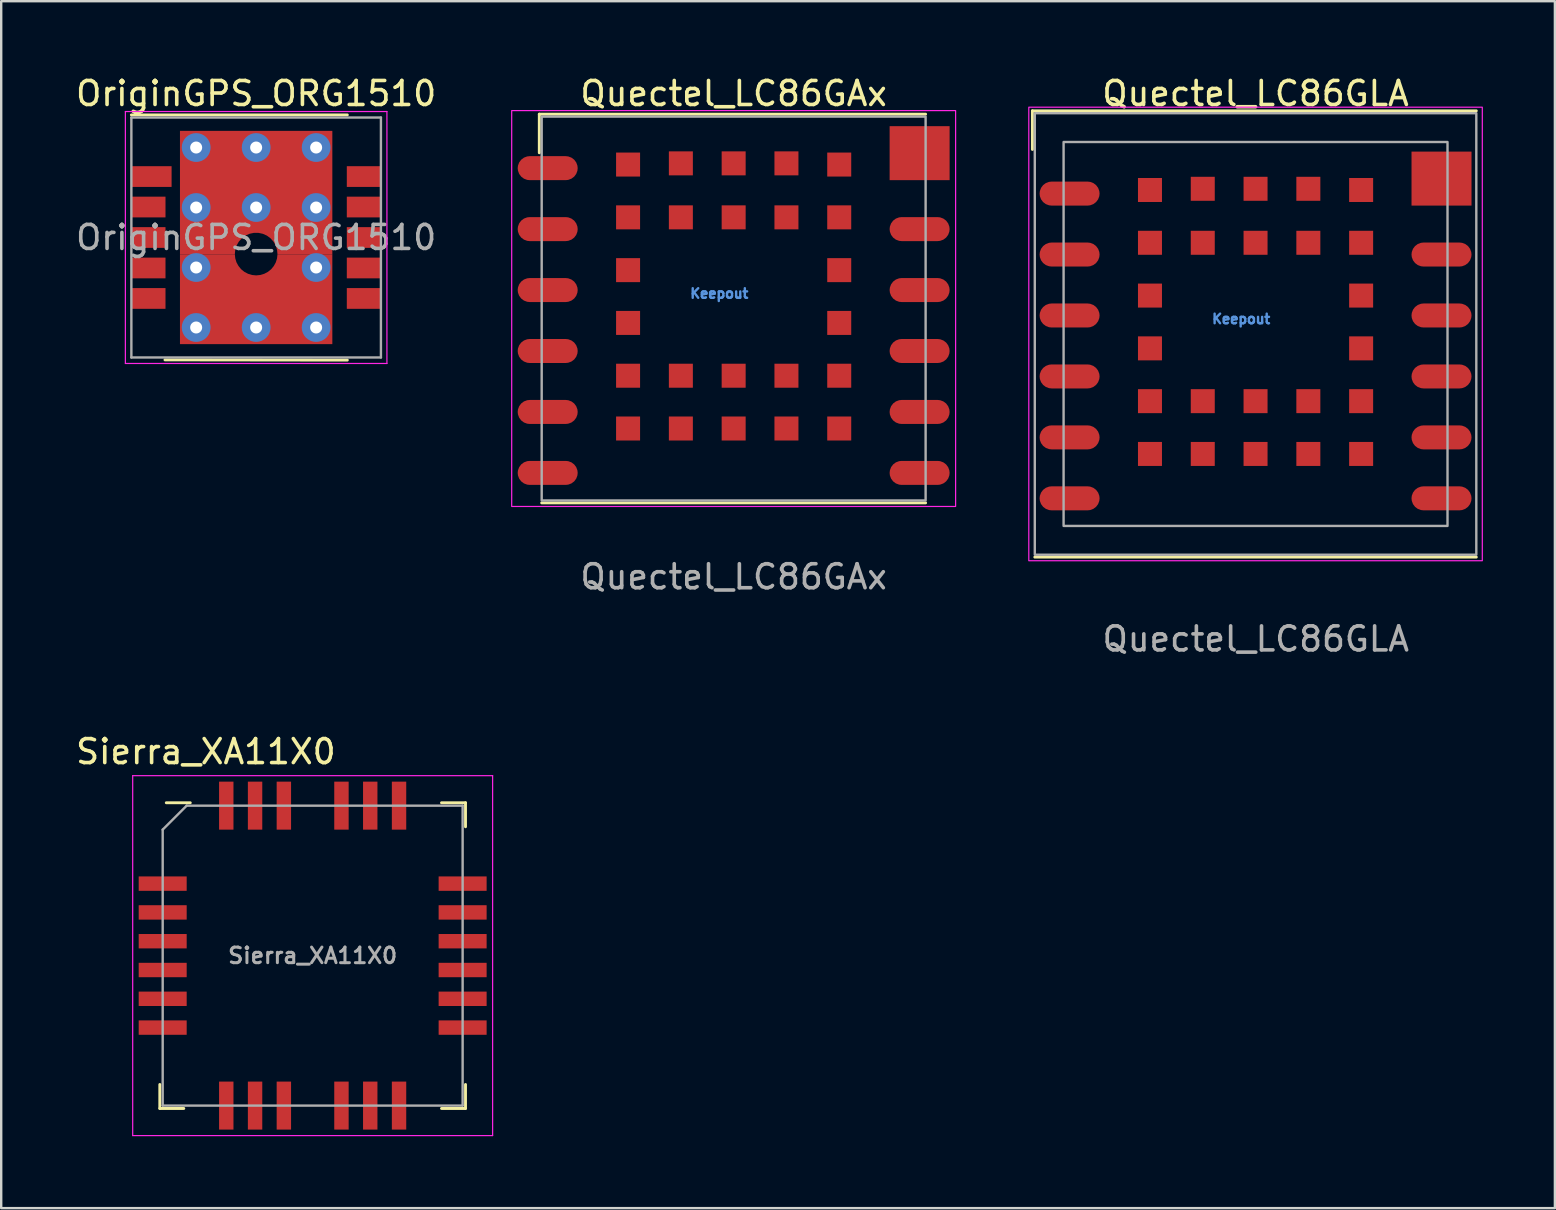
<source format=kicad_pcb>
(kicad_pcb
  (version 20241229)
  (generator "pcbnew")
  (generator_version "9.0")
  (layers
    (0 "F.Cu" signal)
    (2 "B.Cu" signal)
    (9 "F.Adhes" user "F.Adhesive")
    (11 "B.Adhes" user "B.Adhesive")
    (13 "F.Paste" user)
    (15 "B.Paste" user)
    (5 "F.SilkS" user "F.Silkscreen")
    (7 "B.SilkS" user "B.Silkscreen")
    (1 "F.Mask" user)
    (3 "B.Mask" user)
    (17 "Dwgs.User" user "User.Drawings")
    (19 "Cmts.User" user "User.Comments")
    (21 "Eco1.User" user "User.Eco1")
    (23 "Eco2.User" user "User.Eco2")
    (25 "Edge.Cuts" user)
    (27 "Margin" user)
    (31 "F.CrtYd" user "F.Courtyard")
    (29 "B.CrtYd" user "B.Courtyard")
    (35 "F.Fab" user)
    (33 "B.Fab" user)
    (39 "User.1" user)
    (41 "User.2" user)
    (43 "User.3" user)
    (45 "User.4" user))
  (footprint "OriginGPS_ORG1510"
    (layer "F.Cu")
    (at 7.625 6.848)
    (property "Reference" "OriginGPS_ORG1510" (at 0 -6 0) (unlocked yes) (layer "F.SilkS") (effects (font (size 1 1) (thickness 0.15))))
    (attr smd)
    (fp_line (start -5.2 -5.11) (end 3.8 -5.11) (stroke (width 0.12) (type solid)) (layer "F.SilkS"))
    (fp_line (start -3.8 5.1) (end 3.8 5.11) (stroke (width 0.12) (type solid)) (layer "F.SilkS"))
    (fp_line (start -5.45 -5.25) (end -5.45 5.25) (stroke (width 0.05) (type default)) (layer "F.CrtYd"))
    (fp_line (start -5.45 -5.25) (end 5.45 -5.25) (stroke (width 0.05) (type default)) (layer "F.CrtYd"))
    (fp_line (start -5.45 5.25) (end 5.45 5.25) (stroke (width 0.05) (type default)) (layer "F.CrtYd"))
    (fp_line (start 5.45 -5.25) (end 5.45 5.25) (stroke (width 0.05) (type default)) (layer "F.CrtYd"))
    (fp_line (start -5.2 -5) (end -5.2 5) (stroke (width 0.1) (type solid)) (layer "F.Fab"))
    (fp_line (start -5.2 -5) (end 5.2 -5) (stroke (width 0.1) (type solid)) (layer "F.Fab"))
    (fp_line (start -5.2 5) (end 5.2 5) (stroke (width 0.1) (type solid)) (layer "F.Fab"))
    (fp_line (start 5.2 -5) (end 5.2 5) (stroke (width 0.1) (type solid)) (layer "F.Fab"))
    (fp_text user "${REFERENCE}" (at 0 0 0) (unlocked yes) (layer "F.Fab") (effects (font (size 1 1) (thickness 0.15))))
    (pad "1" smd rect (at -4.362 -2.54) (size 1.676 0.864) (layers "F.Cu" "F.Mask" "F.Paste"))
    (pad "2" smd rect (at -4.489 -1.27) (size 1.422 0.864) (layers "F.Cu" "F.Mask" "F.Paste"))
    (pad "3" smd rect (at -4.489 0) (size 1.422 0.864) (layers "F.Cu" "F.Mask" "F.Paste"))
    (pad "4" smd rect (at -4.489 1.27) (size 1.422 0.864) (layers "F.Cu" "F.Mask" "F.Paste"))
    (pad "5" smd rect (at -4.489 2.54) (size 1.422 0.864) (layers "F.Cu" "F.Mask" "F.Paste"))
    (pad "6" smd rect (at 4.489 2.54) (size 1.422 0.864) (layers "F.Cu" "F.Mask" "F.Paste"))
    (pad "7" smd rect (at 4.489 1.27) (size 1.422 0.864) (layers "F.Cu" "F.Mask" "F.Paste"))
    (pad "8" smd rect (at 4.489 0) (size 1.422 0.864) (layers "F.Cu" "F.Mask" "F.Paste"))
    (pad "9" smd rect (at 4.489 -1.27) (size 1.422 0.864) (layers "F.Cu" "F.Mask" "F.Paste"))
    (pad "10" smd rect (at 4.489 -2.54) (size 1.422 0.864) (layers "F.Cu" "F.Mask" "F.Paste"))
    (pad "11" thru_hole circle (at -2.5 -3.75) (size 1.2 1.2) (drill 0.5) (layers "*.Cu" "B.Mask"))
    (pad "11" thru_hole circle (at -2.5 -1.25 90) (size 1.2 1.2) (drill 0.5) (layers "*.Cu" "B.Mask"))
    (pad "11" thru_hole circle (at -2.5 1.25 90) (size 1.2 1.2) (drill 0.5) (layers "*.Cu" "B.Mask"))
    (pad "11" thru_hole circle (at -2.5 3.75 90) (size 1.2 1.2) (drill 0.5) (layers "*.Cu" "B.Mask"))
    (pad "11" thru_hole circle (at 0 -3.75) (size 1.2 1.2) (drill 0.5) (layers "*.Cu" "B.Mask"))
    (pad "11" smd custom (at 0 -2.665) (size 0.6 0.6) (layers "F.Cu") (options (anchor circle)) (primitives (gr_poly (pts (xy 0.889 3.363) (xy 0.871 3.177) (xy 0.815 2.999) (xy 0.722 2.836) (xy 0.598 2.697) (xy 0.447 2.586) (xy 0.276 2.51) (xy 0.093 2.471) (xy -0.093 2.471) (xy -0.276 2.51) (xy -0.447 2.586) (xy -0.598 2.697) (xy -0.722 2.836) (xy -0.815 2.999) (xy -0.871 3.177) (xy -0.889 3.363) (xy -3.175 3.363) (xy -3.175 -1.78) (xy 3.175 -1.78) (xy 3.175 3.363)) (width 0) (fill yes))))
    (pad "11" thru_hole circle (at 0 -1.25) (size 1.2 1.2) (drill 0.5) (layers "*.Cu" "B.Mask"))
    (pad "11" smd custom (at 0 3.442 90) (size 0.5 0.5) (layers "F.Cu") (options (anchor circle)) (primitives (gr_poly (pts (xy 2.571 -0.87) (xy 2.406 -0.819) (xy 2.254 -0.736) (xy 2.12 -0.626) (xy 2.011 -0.491) (xy 1.93 -0.338) (xy 1.88 -0.172) (xy 1.863 0) (xy 1.88 0.172) (xy 1.93 0.338) (xy 2.011 0.491) (xy 2.12 0.626) (xy 2.254 0.736) (xy 2.406 0.819) (xy 2.571 0.87) (xy 2.744 0.889) (xy 2.744 3.175) (xy -1.003 3.175) (xy -1.003 -3.175) (xy 2.744 -3.175) (xy 2.744 -0.889)) (width 0) (fill yes))))
    (pad "11" thru_hole circle (at 0 3.75) (size 1.2 1.2) (drill 0.5) (layers "*.Cu" "B.Mask"))
    (pad "11" thru_hole circle (at 2.5 -3.75) (size 1.2 1.2) (drill 0.5) (layers "*.Cu" "B.Mask"))
    (pad "11" thru_hole circle (at 2.5 -1.25) (size 1.2 1.2) (drill 0.5) (layers "*.Cu" "B.Mask"))
    (pad "11" thru_hole circle (at 2.5 1.25) (size 1.2 1.2) (drill 0.5) (layers "*.Cu" "B.Mask"))
    (pad "11" thru_hole circle (at 2.5 3.75 90) (size 1.2 1.2) (drill 0.5) (layers "*.Cu" "B.Mask"))
    (zone (net_name "") (layer "F.Cu") (hatch edge 0.5) (connect_pads) (min_thickness 0.25) (filled_areas_thickness no) (keepout (tracks allowed) (vias allowed) (pads allowed) (copperpour not_allowed) (footprints allowed)) (placement (enabled no)) (fill) (polygon (pts (xy 6.736 7.546) (xy 6.754 7.36) (xy 6.81 7.182) (xy 6.903 7.019) (xy 7.027 6.88) (xy 7.178 6.769) (xy 7.349 6.693) (xy 7.532 6.654) (xy 7.718 6.654) (xy 7.901 6.693) (xy 8.072 6.769) (xy 8.223 6.88) (xy 8.347 7.019) (xy 8.44 7.182) (xy 8.496 7.36) (xy 8.514 7.546) (xy 8.495 7.719) (xy 8.444 7.884) (xy 8.361 8.036) (xy 8.251 8.17) (xy 8.116 8.279) (xy 7.963 8.36) (xy 7.797 8.41) (xy 7.625 8.427) (xy 7.453 8.41) (xy 7.287 8.36) (xy 7.134 8.279) (xy 6.999 8.17) (xy 6.889 8.036) (xy 6.806 7.884) (xy 6.755 7.719)))))
  (footprint "Quectel_LC86GAx"
    (layer "F.Cu")
    (at 27.525 9.808)
    (property "Reference" "Quectel_LC86GAx" (at 0 -8.96 180) (layer "F.SilkS") (effects (font (size 1 1) (thickness 0.15))))
    (attr smd)
    (fp_line (start -8.1 -8.1) (end -8.1 -6.49) (stroke (width 0.12) (type solid)) (layer "F.SilkS"))
    (fp_line (start 8 -8.1) (end -8.1 -8.1) (stroke (width 0.12) (type solid)) (layer "F.SilkS"))
    (fp_line (start 8 8.1) (end -8 8.1) (stroke (width 0.12) (type solid)) (layer "F.SilkS"))
    (fp_rect (start -9.25 -8.25) (end 9.25 8.25) (stroke (width 0.05) (type default)) (fill no) (layer "F.CrtYd"))
    (fp_rect (start -8 -8) (end 8 8) (stroke (width 0.1) (type default)) (fill no) (layer "F.Fab"))
    (fp_text user "Keepout" (at -0.601 -0.627 0) (layer "Cmts.User") (effects (font (size 0.4 0.4) (thickness 0.1))))
    (fp_text user "${REFERENCE}" (at 0 11.18 0) (layer "F.Fab") (effects (font (size 1 1) (thickness 0.15))))
    (pad "1" smd roundrect (at -7.75 -5.85) (size 2.5 1) (layers "F.Cu" "F.Mask" "F.Paste") (roundrect_rratio 0.5))
    (pad "2" smd roundrect (at -7.75 -3.31) (size 2.5 1) (layers "F.Cu" "F.Mask" "F.Paste") (roundrect_rratio 0.5))
    (pad "3" smd roundrect (at -7.75 -0.77) (size 2.5 1) (layers "F.Cu" "F.Mask" "F.Paste") (roundrect_rratio 0.5))
    (pad "4" smd roundrect (at -7.75 1.77) (size 2.5 1) (layers "F.Cu" "F.Mask" "F.Paste") (roundrect_rratio 0.5))
    (pad "5" smd roundrect (at -7.75 4.31) (size 2.5 1) (layers "F.Cu" "F.Mask" "F.Paste") (roundrect_rratio 0.5))
    (pad "6" smd roundrect (at -7.75 6.85) (size 2.5 1) (layers "F.Cu" "F.Mask" "F.Paste") (roundrect_rratio 0.5))
    (pad "7" smd roundrect (at 7.75 6.85) (size 2.5 1) (layers "F.Cu" "F.Mask" "F.Paste") (roundrect_rratio 0.5))
    (pad "8" smd roundrect (at 7.75 4.31) (size 2.5 1) (layers "F.Cu" "F.Mask" "F.Paste") (roundrect_rratio 0.5))
    (pad "9" smd roundrect (at 7.75 1.77) (size 2.5 1) (layers "F.Cu" "F.Mask" "F.Paste") (roundrect_rratio 0.5))
    (pad "10" smd roundrect (at 7.75 -0.77) (size 2.5 1) (layers "F.Cu" "F.Mask" "F.Paste") (roundrect_rratio 0.5))
    (pad "11" smd roundrect (at 7.75 -3.31) (size 2.5 1) (layers "F.Cu" "F.Mask" "F.Paste") (roundrect_rratio 0.5))
    (pad "12" smd rect (at 7.75 -6.475) (size 2.5 2.25) (layers "F.Cu" "F.Mask" "F.Paste"))
    (pad "13" smd rect (at -4.4 -6) (size 1 1) (layers "F.Cu" "F.Mask" "F.Paste"))
    (pad "14" smd rect (at -2.2 -6.05) (size 1 1) (layers "F.Cu" "F.Mask" "F.Paste"))
    (pad "15" smd rect (at 0 -6.05) (size 1 1) (layers "F.Cu" "F.Mask" "F.Paste"))
    (pad "16" smd rect (at 2.2 -6.05) (size 1 1) (layers "F.Cu" "F.Mask" "F.Paste"))
    (pad "17" smd rect (at 4.4 -6) (size 1 1) (layers "F.Cu" "F.Mask" "F.Paste"))
    (pad "18" smd rect (at -4.4 -3.8) (size 1 1) (layers "F.Cu" "F.Mask" "F.Paste"))
    (pad "19" smd rect (at -2.2 -3.8) (size 1 1) (layers "F.Cu" "F.Mask" "F.Paste"))
    (pad "20" smd rect (at 0 -3.8) (size 1 1) (layers "F.Cu" "F.Mask" "F.Paste"))
    (pad "21" smd rect (at 2.2 -3.8) (size 1 1) (layers "F.Cu" "F.Mask" "F.Paste"))
    (pad "22" smd rect (at 4.4 -3.8) (size 1 1) (layers "F.Cu" "F.Mask" "F.Paste"))
    (pad "23" smd rect (at -4.4 -1.6) (size 1 1) (layers "F.Cu" "F.Mask" "F.Paste"))
    (pad "24" smd rect (at 4.4 -1.6) (size 1 1) (layers "F.Cu" "F.Mask" "F.Paste"))
    (pad "25" smd rect (at -4.4 0.6) (size 1 1) (layers "F.Cu" "F.Mask" "F.Paste"))
    (pad "26" smd rect (at 4.4 0.6) (size 1 1) (layers "F.Cu" "F.Mask" "F.Paste"))
    (pad "27" smd rect (at -4.4 2.8) (size 1 1) (layers "F.Cu" "F.Mask" "F.Paste"))
    (pad "28" smd rect (at -2.2 2.8) (size 1 1) (layers "F.Cu" "F.Mask" "F.Paste"))
    (pad "29" smd rect (at 0 2.8) (size 1 1) (layers "F.Cu" "F.Mask" "F.Paste"))
    (pad "30" smd rect (at 2.2 2.8) (size 1 1) (layers "F.Cu" "F.Mask" "F.Paste"))
    (pad "31" smd rect (at 4.4 2.8) (size 1 1) (layers "F.Cu" "F.Mask" "F.Paste"))
    (pad "32" smd rect (at -4.4 5) (size 1 1) (layers "F.Cu" "F.Mask" "F.Paste"))
    (pad "33" smd rect (at -2.2 5) (size 1 1) (layers "F.Cu" "F.Mask" "F.Paste"))
    (pad "34" smd rect (at 0 5) (size 1 1) (layers "F.Cu" "F.Mask" "F.Paste"))
    (pad "35" smd rect (at 2.2 5) (size 1 1) (layers "F.Cu" "F.Mask" "F.Paste"))
    (pad "36" smd rect (at 4.4 5) (size 1 1) (layers "F.Cu" "F.Mask" "F.Paste"))
    (zone (net_name "") (layer "F.Cu") (hatch full 0.508) (connect_pads) (min_thickness 0.254) (filled_areas_thickness no) (keepout (tracks not_allowed) (vias not_allowed) (pads not_allowed) (copperpour not_allowed) (footprints not_allowed)) (placement (enabled no)) (fill) (polygon (pts (xy 28.179 9.182) (xy 28.159 8.964) (xy 28.103 8.753) (xy 28.01 8.554) (xy 27.885 8.375) (xy 27.73 8.22) (xy 27.551 8.095) (xy 27.353 8.003) (xy 27.142 7.946) (xy 26.924 7.927) (xy 26.706 7.946) (xy 26.495 8.003) (xy 26.296 8.095) (xy 26.117 8.22) (xy 25.963 8.375) (xy 25.837 8.554) (xy 25.745 8.753) (xy 25.688 8.964) (xy 25.669 9.182) (xy 25.688 9.4) (xy 25.745 9.611) (xy 25.837 9.809) (xy 25.963 9.988) (xy 26.117 10.143) (xy 26.296 10.268) (xy 26.495 10.361) (xy 26.706 10.417) (xy 26.924 10.436) (xy 27.142 10.417) (xy 27.353 10.361) (xy 27.551 10.268) (xy 27.73 10.143) (xy 27.885 9.988) (xy 28.01 9.809) (xy 28.103 9.611) (xy 28.159 9.4)))))
  (footprint "Quectel_LC86GLA"
    (layer "F.Cu")
    (at 49.275 10.868)
    (property "Reference" "Quectel_LC86GLA" (at 0 -10.02 180) (layer "F.SilkS") (effects (font (size 1 1) (thickness 0.15))))
    (attr smd)
    (fp_line (start -9.3 -9.3) (end -9.3 -7.69) (stroke (width 0.12) (type solid)) (layer "F.SilkS"))
    (fp_line (start 9.2 -9.3) (end -9.3 -9.3) (stroke (width 0.12) (type solid)) (layer "F.SilkS"))
    (fp_line (start 9.2 9.3) (end -9.2 9.3) (stroke (width 0.12) (type solid)) (layer "F.SilkS"))
    (fp_rect (start -9.45 -9.45) (end 9.45 9.45) (stroke (width 0.05) (type default)) (fill no) (layer "F.CrtYd"))
    (fp_rect (start -9.2 -9.2) (end 9.2 9.2) (stroke (width 0.1) (type default)) (fill no) (layer "F.Fab"))
    (fp_rect (start -8 -8) (end 8 8) (stroke (width 0.1) (type default)) (fill no) (layer "F.Fab"))
    (fp_text user "Keepout" (at -0.601 -0.627 0) (layer "Cmts.User") (effects (font (size 0.4 0.4) (thickness 0.1))))
    (fp_text user "${REFERENCE}" (at 0.01 12.71 0) (layer "F.Fab") (effects (font (size 1 1) (thickness 0.15))))
    (pad "1" smd roundrect (at -7.75 -5.85) (size 2.5 1) (layers "F.Cu" "F.Mask" "F.Paste") (roundrect_rratio 0.5))
    (pad "2" smd roundrect (at -7.75 -3.31) (size 2.5 1) (layers "F.Cu" "F.Mask" "F.Paste") (roundrect_rratio 0.5))
    (pad "3" smd roundrect (at -7.75 -0.77) (size 2.5 1) (layers "F.Cu" "F.Mask" "F.Paste") (roundrect_rratio 0.5))
    (pad "4" smd roundrect (at -7.75 1.77) (size 2.5 1) (layers "F.Cu" "F.Mask" "F.Paste") (roundrect_rratio 0.5))
    (pad "5" smd roundrect (at -7.75 4.31) (size 2.5 1) (layers "F.Cu" "F.Mask" "F.Paste") (roundrect_rratio 0.5))
    (pad "6" smd roundrect (at -7.75 6.85) (size 2.5 1) (layers "F.Cu" "F.Mask" "F.Paste") (roundrect_rratio 0.5))
    (pad "7" smd roundrect (at 7.75 6.85) (size 2.5 1) (layers "F.Cu" "F.Mask" "F.Paste") (roundrect_rratio 0.5))
    (pad "8" smd roundrect (at 7.75 4.31) (size 2.5 1) (layers "F.Cu" "F.Mask" "F.Paste") (roundrect_rratio 0.5))
    (pad "9" smd roundrect (at 7.75 1.77) (size 2.5 1) (layers "F.Cu" "F.Mask" "F.Paste") (roundrect_rratio 0.5))
    (pad "10" smd roundrect (at 7.75 -0.77) (size 2.5 1) (layers "F.Cu" "F.Mask" "F.Paste") (roundrect_rratio 0.5))
    (pad "11" smd roundrect (at 7.75 -3.31) (size 2.5 1) (layers "F.Cu" "F.Mask" "F.Paste") (roundrect_rratio 0.5))
    (pad "12" smd rect (at 7.75 -6.475) (size 2.5 2.25) (layers "F.Cu" "F.Mask" "F.Paste"))
    (pad "13" smd rect (at -4.4 -6) (size 1 1) (layers "F.Cu" "F.Mask" "F.Paste"))
    (pad "14" smd rect (at -2.2 -6.05) (size 1 1) (layers "F.Cu" "F.Mask" "F.Paste"))
    (pad "15" smd rect (at 0 -6.05) (size 1 1) (layers "F.Cu" "F.Mask" "F.Paste"))
    (pad "16" smd rect (at 2.2 -6.05) (size 1 1) (layers "F.Cu" "F.Mask" "F.Paste"))
    (pad "17" smd rect (at 4.4 -6) (size 1 1) (layers "F.Cu" "F.Mask" "F.Paste"))
    (pad "18" smd rect (at -4.4 -3.8) (size 1 1) (layers "F.Cu" "F.Mask" "F.Paste"))
    (pad "19" smd rect (at -2.2 -3.8) (size 1 1) (layers "F.Cu" "F.Mask" "F.Paste"))
    (pad "20" smd rect (at 0 -3.8) (size 1 1) (layers "F.Cu" "F.Mask" "F.Paste"))
    (pad "21" smd rect (at 2.2 -3.8) (size 1 1) (layers "F.Cu" "F.Mask" "F.Paste"))
    (pad "22" smd rect (at 4.4 -3.8) (size 1 1) (layers "F.Cu" "F.Mask" "F.Paste"))
    (pad "23" smd rect (at -4.4 -1.6) (size 1 1) (layers "F.Cu" "F.Mask" "F.Paste"))
    (pad "24" smd rect (at 4.4 -1.6) (size 1 1) (layers "F.Cu" "F.Mask" "F.Paste"))
    (pad "25" smd rect (at -4.4 0.6) (size 1 1) (layers "F.Cu" "F.Mask" "F.Paste"))
    (pad "26" smd rect (at 4.4 0.6) (size 1 1) (layers "F.Cu" "F.Mask" "F.Paste"))
    (pad "27" smd rect (at -4.4 2.8) (size 1 1) (layers "F.Cu" "F.Mask" "F.Paste"))
    (pad "28" smd rect (at -2.2 2.8) (size 1 1) (layers "F.Cu" "F.Mask" "F.Paste"))
    (pad "29" smd rect (at 0 2.8) (size 1 1) (layers "F.Cu" "F.Mask" "F.Paste"))
    (pad "30" smd rect (at 2.2 2.8) (size 1 1) (layers "F.Cu" "F.Mask" "F.Paste"))
    (pad "31" smd rect (at 4.4 2.8) (size 1 1) (layers "F.Cu" "F.Mask" "F.Paste"))
    (pad "32" smd rect (at -4.4 5) (size 1 1) (layers "F.Cu" "F.Mask" "F.Paste"))
    (pad "33" smd rect (at -2.2 5) (size 1 1) (layers "F.Cu" "F.Mask" "F.Paste"))
    (pad "34" smd rect (at 0 5) (size 1 1) (layers "F.Cu" "F.Mask" "F.Paste"))
    (pad "35" smd rect (at 2.2 5) (size 1 1) (layers "F.Cu" "F.Mask" "F.Paste"))
    (pad "36" smd rect (at 4.4 5) (size 1 1) (layers "F.Cu" "F.Mask" "F.Paste"))
    (zone (net_name "") (layer "F.Cu") (hatch full 0.508) (connect_pads) (min_thickness 0.254) (filled_areas_thickness no) (keepout (tracks not_allowed) (vias not_allowed) (pads not_allowed) (copperpour not_allowed) (footprints not_allowed)) (placement (enabled no)) (fill) (polygon (pts (xy 49.929 10.242) (xy 49.909 10.024) (xy 49.853 9.813) (xy 49.76 9.614) (xy 49.635 9.435) (xy 49.48 9.28) (xy 49.301 9.155) (xy 49.103 9.063) (xy 48.892 9.006) (xy 48.674 8.987) (xy 48.456 9.006) (xy 48.245 9.063) (xy 48.046 9.155) (xy 47.867 9.28) (xy 47.713 9.435) (xy 47.587 9.614) (xy 47.495 9.813) (xy 47.438 10.024) (xy 47.419 10.242) (xy 47.438 10.46) (xy 47.495 10.671) (xy 47.587 10.869) (xy 47.713 11.048) (xy 47.867 11.203) (xy 48.046 11.328) (xy 48.245 11.421) (xy 48.456 11.477) (xy 48.674 11.496) (xy 48.892 11.477) (xy 49.103 11.421) (xy 49.301 11.328) (xy 49.48 11.203) (xy 49.635 11.048) (xy 49.76 10.869) (xy 49.853 10.671) (xy 49.909 10.46)))))
  (footprint "Sierra_XA11X0"
    (layer "F.Cu")
    (at 9.98 36.775)
    (property "Reference" "Sierra_XA11X0" (at -4.45 -8.5 0) (layer "F.SilkS") (effects (font (size 1 1) (thickness 0.15))))
    (attr smd)
    (fp_line (start -6.37 6.37) (end -6.37 5.37) (stroke (width 0.12) (type solid)) (layer "F.SilkS"))
    (fp_line (start -6.1 -6.37) (end -5.1 -6.37) (stroke (width 0.12) (type solid)) (layer "F.SilkS"))
    (fp_line (start -5.37 6.37) (end -6.37 6.37) (stroke (width 0.12) (type solid)) (layer "F.SilkS"))
    (fp_line (start 5.37 -6.37) (end 6.37 -6.37) (stroke (width 0.12) (type solid)) (layer "F.SilkS"))
    (fp_line (start 5.37 6.37) (end 6.37 6.37) (stroke (width 0.12) (type solid)) (layer "F.SilkS"))
    (fp_line (start 6.37 -6.37) (end 6.37 -5.37) (stroke (width 0.12) (type solid)) (layer "F.SilkS"))
    (fp_line (start 6.37 6.37) (end 6.37 5.37) (stroke (width 0.12) (type solid)) (layer "F.SilkS"))
    (fp_line (start -7.5 -7.5) (end -7.5 7.5) (stroke (width 0.05) (type solid)) (layer "F.CrtYd"))
    (fp_line (start -7.5 7.5) (end 7.5 7.5) (stroke (width 0.05) (type solid)) (layer "F.CrtYd"))
    (fp_line (start 7.5 -7.5) (end -7.5 -7.5) (stroke (width 0.05) (type solid)) (layer "F.CrtYd"))
    (fp_line (start 7.5 7.5) (end 7.5 -7.5) (stroke (width 0.05) (type solid)) (layer "F.CrtYd"))
    (fp_line (start -6.25 -5.25) (end -5.25 -6.25) (stroke (width 0.1) (type solid)) (layer "F.Fab"))
    (fp_line (start -6.25 6.25) (end -6.25 -5.25) (stroke (width 0.1) (type solid)) (layer "F.Fab"))
    (fp_line (start -5.25 -6.25) (end 6.25 -6.25) (stroke (width 0.1) (type solid)) (layer "F.Fab"))
    (fp_line (start 6.25 -6.25) (end 6.25 6.25) (stroke (width 0.1) (type solid)) (layer "F.Fab"))
    (fp_line (start 6.25 6.25) (end -6.25 6.25) (stroke (width 0.1) (type solid)) (layer "F.Fab"))
    (fp_text user "${REFERENCE}" (at 0 0 0) (layer "F.Fab") (effects (font (size 0.65 0.65) (thickness 0.125))))
    (pad "1" smd rect (at -6.25 -3) (size 2 0.6) (layers "F.Cu" "F.Mask" "F.Paste"))
    (pad "2" smd rect (at -6.25 -1.8) (size 2 0.6) (layers "F.Cu" "F.Mask" "F.Paste"))
    (pad "3" smd rect (at -6.25 -0.6) (size 2 0.6) (layers "F.Cu" "F.Mask" "F.Paste"))
    (pad "4" smd rect (at -6.25 0.6) (size 2 0.6) (layers "F.Cu" "F.Mask" "F.Paste"))
    (pad "5" smd rect (at -6.25 1.8) (size 2 0.6) (layers "F.Cu" "F.Mask" "F.Paste"))
    (pad "6" smd rect (at -6.25 3) (size 2 0.6) (layers "F.Cu" "F.Mask" "F.Paste"))
    (pad "7" smd rect (at -3.6 6.25) (size 0.6 2) (layers "F.Cu" "F.Mask" "F.Paste"))
    (pad "8" smd rect (at -2.4 6.25) (size 0.6 2) (layers "F.Cu" "F.Mask" "F.Paste"))
    (pad "9" smd rect (at -1.2 6.25) (size 0.6 2) (layers "F.Cu" "F.Mask" "F.Paste"))
    (pad "10" smd rect (at 1.2 6.25) (size 0.6 2) (layers "F.Cu" "F.Mask" "F.Paste"))
    (pad "11" smd rect (at 2.4 6.25) (size 0.6 2) (layers "F.Cu" "F.Mask" "F.Paste"))
    (pad "12" smd rect (at 3.6 6.25) (size 0.6 2) (layers "F.Cu" "F.Mask" "F.Paste"))
    (pad "13" smd rect (at 6.25 3) (size 2 0.6) (layers "F.Cu" "F.Mask" "F.Paste"))
    (pad "14" smd rect (at 6.25 1.8) (size 2 0.6) (layers "F.Cu" "F.Mask" "F.Paste"))
    (pad "15" smd rect (at 6.25 0.6) (size 2 0.6) (layers "F.Cu" "F.Mask" "F.Paste"))
    (pad "16" smd rect (at 6.25 -0.6) (size 2 0.6) (layers "F.Cu" "F.Mask" "F.Paste"))
    (pad "17" smd rect (at 6.25 -1.8) (size 2 0.6) (layers "F.Cu" "F.Mask" "F.Paste"))
    (pad "18" smd rect (at 6.25 -3) (size 2 0.6) (layers "F.Cu" "F.Mask" "F.Paste"))
    (pad "19" smd rect (at 3.6 -6.25) (size 0.6 2) (layers "F.Cu" "F.Mask" "F.Paste"))
    (pad "20" smd rect (at 2.4 -6.25) (size 0.6 2) (layers "F.Cu" "F.Mask" "F.Paste"))
    (pad "21" smd rect (at 1.2 -6.25) (size 0.6 2) (layers "F.Cu" "F.Mask" "F.Paste"))
    (pad "22" smd rect (at -1.2 -6.25) (size 0.6 2) (layers "F.Cu" "F.Mask" "F.Paste"))
    (pad "23" smd rect (at -2.4 -6.25) (size 0.6 2) (layers "F.Cu" "F.Mask" "F.Paste"))
    (pad "24" smd rect (at -3.6 -6.25) (size 0.6 2) (layers "F.Cu" "F.Mask" "F.Paste")))
  (gr_rect
    (start -3 -3)
    (end 61.75 47.3)
    (stroke (width 0.1) (type default))
    (fill no)
    (layer "Edge.Cuts")))
</source>
